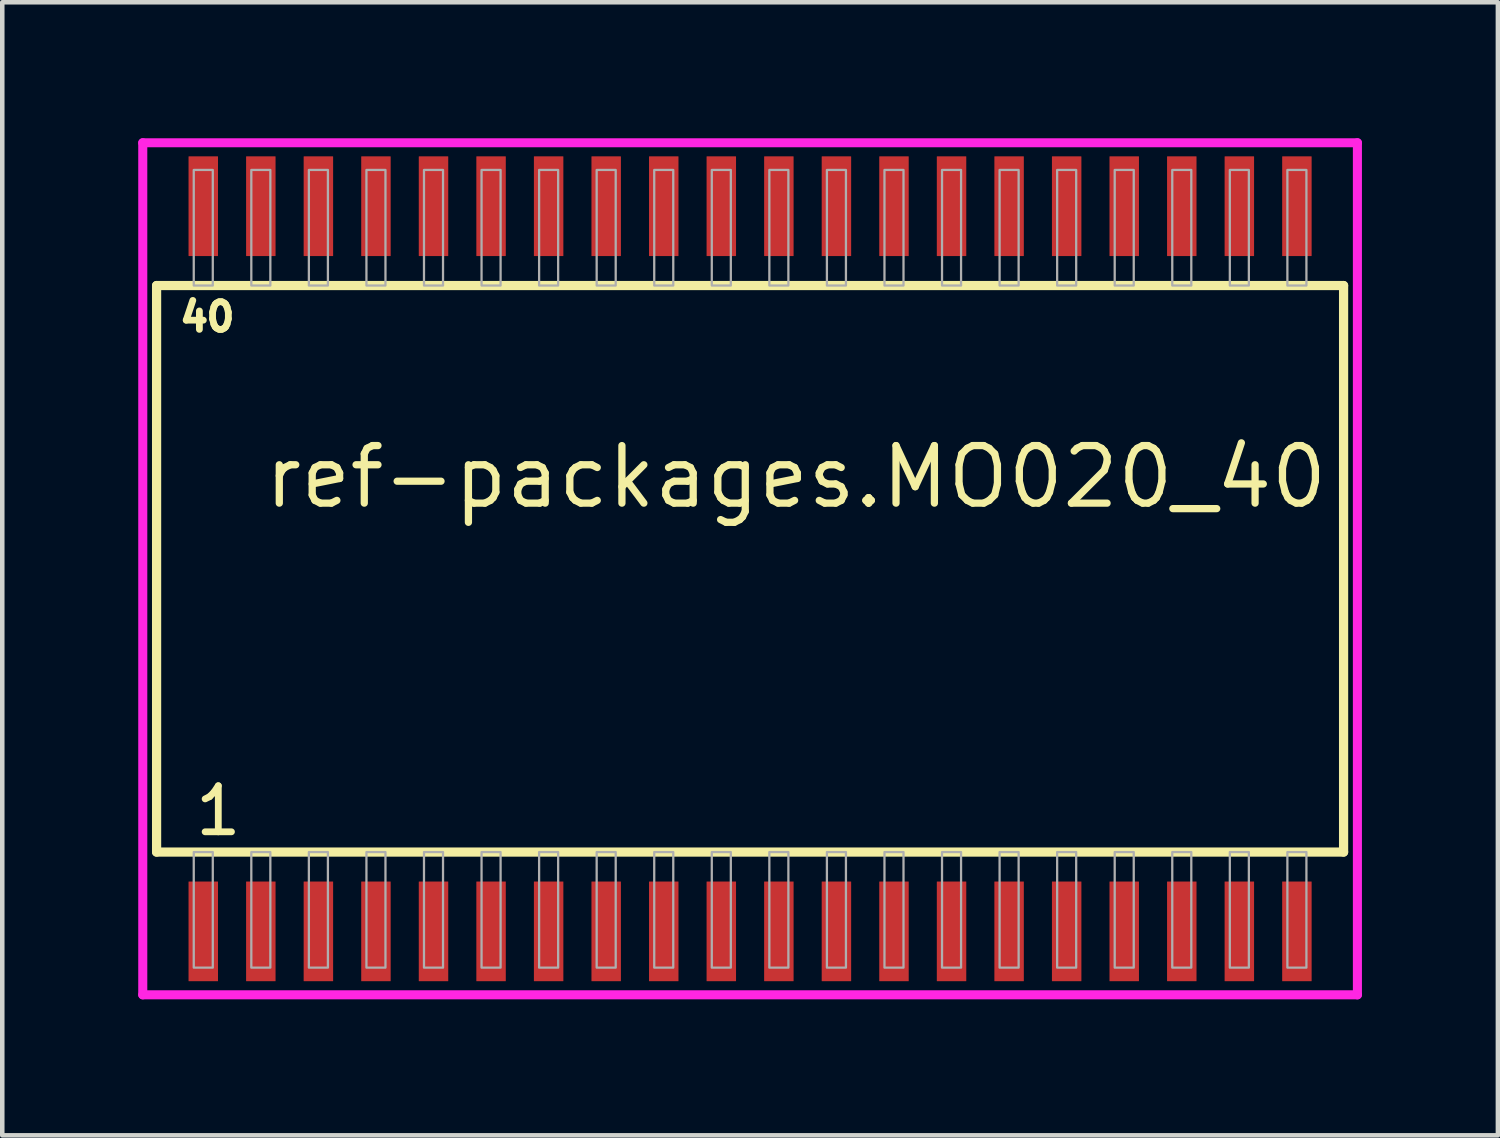
<source format=kicad_pcb>
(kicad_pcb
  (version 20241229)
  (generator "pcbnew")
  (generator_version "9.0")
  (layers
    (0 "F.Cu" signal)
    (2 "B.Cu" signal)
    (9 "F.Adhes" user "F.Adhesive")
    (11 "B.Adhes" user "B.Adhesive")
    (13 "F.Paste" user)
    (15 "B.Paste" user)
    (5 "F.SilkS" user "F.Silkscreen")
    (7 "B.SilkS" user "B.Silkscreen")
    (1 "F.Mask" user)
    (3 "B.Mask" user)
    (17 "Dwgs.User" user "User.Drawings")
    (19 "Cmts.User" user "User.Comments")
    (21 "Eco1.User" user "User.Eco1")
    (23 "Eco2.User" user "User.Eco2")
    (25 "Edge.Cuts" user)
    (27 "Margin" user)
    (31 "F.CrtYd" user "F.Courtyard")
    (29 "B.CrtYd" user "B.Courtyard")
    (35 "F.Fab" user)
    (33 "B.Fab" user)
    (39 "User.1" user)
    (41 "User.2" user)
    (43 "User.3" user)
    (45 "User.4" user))
  (footprint "ref-packages.MO020_40"
    (layer "F.Cu")
    (at 13.5 9.5)
    (property "Reference" "ref-packages.MO020_40" (at -10.795 -1.285 0) (layer "F.SilkS") (effects (font (size 1.27 1.27) (thickness 0.16)) (justify left bottom)))
    (attr smd)
    (fp_line (start -13.095 -6.25) (end 13.095 -6.25) (stroke (width 0.203) (type default)) (layer "F.SilkS"))
    (fp_line (start -13.095 6.25) (end -13.095 -6.25) (stroke (width 0.203) (type default)) (layer "F.SilkS"))
    (fp_line (start 13.095 -6.25) (end 13.095 6.25) (stroke (width 0.203) (type default)) (layer "F.SilkS"))
    (fp_line (start 13.095 6.25) (end -13.095 6.25) (stroke (width 0.203) (type default)) (layer "F.SilkS"))
    (fp_line (start -13.4 -9.4) (end 13.4 -9.4) (stroke (width 0.2) (type default)) (layer "F.CrtYd"))
    (fp_line (start -13.4 9.4) (end -13.4 -9.4) (stroke (width 0.2) (type default)) (layer "F.CrtYd"))
    (fp_line (start 13.4 -9.4) (end 13.4 9.4) (stroke (width 0.2) (type default)) (layer "F.CrtYd"))
    (fp_line (start 13.4 9.4) (end -13.4 9.4) (stroke (width 0.2) (type default)) (layer "F.CrtYd"))
    (fp_rect (start -12.275 -6.25) (end -11.855 -8.8) (stroke (width 0.05) (type default)) (fill no) (layer "F.Fab"))
    (fp_rect (start -12.275 8.8) (end -11.855 6.25) (stroke (width 0.05) (type default)) (fill no) (layer "F.Fab"))
    (fp_rect (start -11.005 -6.25) (end -10.585 -8.8) (stroke (width 0.05) (type default)) (fill no) (layer "F.Fab"))
    (fp_rect (start -11.005 8.8) (end -10.585 6.25) (stroke (width 0.05) (type default)) (fill no) (layer "F.Fab"))
    (fp_rect (start -9.735 -6.25) (end -9.315 -8.8) (stroke (width 0.05) (type default)) (fill no) (layer "F.Fab"))
    (fp_rect (start -9.735 8.8) (end -9.315 6.25) (stroke (width 0.05) (type default)) (fill no) (layer "F.Fab"))
    (fp_rect (start -8.465 -6.25) (end -8.045 -8.8) (stroke (width 0.05) (type default)) (fill no) (layer "F.Fab"))
    (fp_rect (start -8.465 8.8) (end -8.045 6.25) (stroke (width 0.05) (type default)) (fill no) (layer "F.Fab"))
    (fp_rect (start -7.195 -6.25) (end -6.775 -8.8) (stroke (width 0.05) (type default)) (fill no) (layer "F.Fab"))
    (fp_rect (start -7.195 8.8) (end -6.775 6.25) (stroke (width 0.05) (type default)) (fill no) (layer "F.Fab"))
    (fp_rect (start -5.925 -6.25) (end -5.505 -8.8) (stroke (width 0.05) (type default)) (fill no) (layer "F.Fab"))
    (fp_rect (start -5.925 8.8) (end -5.505 6.25) (stroke (width 0.05) (type default)) (fill no) (layer "F.Fab"))
    (fp_rect (start -4.655 -6.25) (end -4.235 -8.8) (stroke (width 0.05) (type default)) (fill no) (layer "F.Fab"))
    (fp_rect (start -4.655 8.8) (end -4.235 6.25) (stroke (width 0.05) (type default)) (fill no) (layer "F.Fab"))
    (fp_rect (start -3.385 -6.25) (end -2.965 -8.8) (stroke (width 0.05) (type default)) (fill no) (layer "F.Fab"))
    (fp_rect (start -3.385 8.8) (end -2.965 6.25) (stroke (width 0.05) (type default)) (fill no) (layer "F.Fab"))
    (fp_rect (start -2.115 -6.25) (end -1.695 -8.8) (stroke (width 0.05) (type default)) (fill no) (layer "F.Fab"))
    (fp_rect (start -2.115 8.8) (end -1.695 6.25) (stroke (width 0.05) (type default)) (fill no) (layer "F.Fab"))
    (fp_rect (start -0.845 -6.25) (end -0.425 -8.8) (stroke (width 0.05) (type default)) (fill no) (layer "F.Fab"))
    (fp_rect (start -0.845 8.8) (end -0.425 6.25) (stroke (width 0.05) (type default)) (fill no) (layer "F.Fab"))
    (fp_rect (start 0.425 -6.25) (end 0.845 -8.8) (stroke (width 0.05) (type default)) (fill no) (layer "F.Fab"))
    (fp_rect (start 0.425 8.8) (end 0.845 6.25) (stroke (width 0.05) (type default)) (fill no) (layer "F.Fab"))
    (fp_rect (start 1.695 -6.25) (end 2.115 -8.8) (stroke (width 0.05) (type default)) (fill no) (layer "F.Fab"))
    (fp_rect (start 1.695 8.8) (end 2.115 6.25) (stroke (width 0.05) (type default)) (fill no) (layer "F.Fab"))
    (fp_rect (start 2.965 -6.25) (end 3.385 -8.8) (stroke (width 0.05) (type default)) (fill no) (layer "F.Fab"))
    (fp_rect (start 2.965 8.8) (end 3.385 6.25) (stroke (width 0.05) (type default)) (fill no) (layer "F.Fab"))
    (fp_rect (start 4.235 -6.25) (end 4.655 -8.8) (stroke (width 0.05) (type default)) (fill no) (layer "F.Fab"))
    (fp_rect (start 4.235 8.8) (end 4.655 6.25) (stroke (width 0.05) (type default)) (fill no) (layer "F.Fab"))
    (fp_rect (start 5.505 -6.25) (end 5.925 -8.8) (stroke (width 0.05) (type default)) (fill no) (layer "F.Fab"))
    (fp_rect (start 5.505 8.8) (end 5.925 6.25) (stroke (width 0.05) (type default)) (fill no) (layer "F.Fab"))
    (fp_rect (start 6.775 -6.25) (end 7.195 -8.8) (stroke (width 0.05) (type default)) (fill no) (layer "F.Fab"))
    (fp_rect (start 6.775 8.8) (end 7.195 6.25) (stroke (width 0.05) (type default)) (fill no) (layer "F.Fab"))
    (fp_rect (start 8.045 -6.25) (end 8.465 -8.8) (stroke (width 0.05) (type default)) (fill no) (layer "F.Fab"))
    (fp_rect (start 8.045 8.8) (end 8.465 6.25) (stroke (width 0.05) (type default)) (fill no) (layer "F.Fab"))
    (fp_rect (start 9.315 -6.25) (end 9.735 -8.8) (stroke (width 0.05) (type default)) (fill no) (layer "F.Fab"))
    (fp_rect (start 9.315 8.8) (end 9.735 6.25) (stroke (width 0.05) (type default)) (fill no) (layer "F.Fab"))
    (fp_rect (start 10.585 -6.25) (end 11.005 -8.8) (stroke (width 0.05) (type default)) (fill no) (layer "F.Fab"))
    (fp_rect (start 10.585 8.8) (end 11.005 6.25) (stroke (width 0.05) (type default)) (fill no) (layer "F.Fab"))
    (fp_rect (start 11.855 -6.25) (end 12.275 -8.8) (stroke (width 0.05) (type default)) (fill no) (layer "F.Fab"))
    (fp_rect (start 11.855 8.8) (end 12.275 6.25) (stroke (width 0.05) (type default)) (fill no) (layer "F.Fab"))
    (fp_text user "40" (at -12.656 -5.2 0) (layer "F.SilkS") (effects (font (size 0.61 0.61) (thickness 0.15)) (justify left bottom)))
    (fp_text user "1" (at -12.316 5.935 0) (layer "F.SilkS") (effects (font (size 1.016 1.016) (thickness 0.15)) (justify left bottom)))
    (pad "1" smd roundrect (at -12.065 8) (size 0.65 2.2) (layers "F.Cu" "F.Mask" "F.Paste") (roundrect_rratio 0.01))
    (pad "2" smd roundrect (at -10.795 8) (size 0.65 2.2) (layers "F.Cu" "F.Mask" "F.Paste") (roundrect_rratio 0.01))
    (pad "3" smd roundrect (at -9.525 8) (size 0.65 2.2) (layers "F.Cu" "F.Mask" "F.Paste") (roundrect_rratio 0.01))
    (pad "4" smd roundrect (at -8.255 8) (size 0.65 2.2) (layers "F.Cu" "F.Mask" "F.Paste") (roundrect_rratio 0.01))
    (pad "5" smd roundrect (at -6.985 8) (size 0.65 2.2) (layers "F.Cu" "F.Mask" "F.Paste") (roundrect_rratio 0.01))
    (pad "6" smd roundrect (at -5.715 8) (size 0.65 2.2) (layers "F.Cu" "F.Mask" "F.Paste") (roundrect_rratio 0.01))
    (pad "7" smd roundrect (at -4.445 8) (size 0.65 2.2) (layers "F.Cu" "F.Mask" "F.Paste") (roundrect_rratio 0.01))
    (pad "8" smd roundrect (at -3.175 8) (size 0.65 2.2) (layers "F.Cu" "F.Mask" "F.Paste") (roundrect_rratio 0.01))
    (pad "9" smd roundrect (at -1.905 8) (size 0.65 2.2) (layers "F.Cu" "F.Mask" "F.Paste") (roundrect_rratio 0.01))
    (pad "10" smd roundrect (at -0.635 8) (size 0.65 2.2) (layers "F.Cu" "F.Mask" "F.Paste") (roundrect_rratio 0.01))
    (pad "11" smd roundrect (at 0.635 8) (size 0.65 2.2) (layers "F.Cu" "F.Mask" "F.Paste") (roundrect_rratio 0.01))
    (pad "12" smd roundrect (at 1.905 8) (size 0.65 2.2) (layers "F.Cu" "F.Mask" "F.Paste") (roundrect_rratio 0.01))
    (pad "13" smd roundrect (at 3.175 8) (size 0.65 2.2) (layers "F.Cu" "F.Mask" "F.Paste") (roundrect_rratio 0.01))
    (pad "14" smd roundrect (at 4.445 8) (size 0.65 2.2) (layers "F.Cu" "F.Mask" "F.Paste") (roundrect_rratio 0.01))
    (pad "15" smd roundrect (at 5.715 8) (size 0.65 2.2) (layers "F.Cu" "F.Mask" "F.Paste") (roundrect_rratio 0.01))
    (pad "16" smd roundrect (at 6.985 8) (size 0.65 2.2) (layers "F.Cu" "F.Mask" "F.Paste") (roundrect_rratio 0.01))
    (pad "17" smd roundrect (at 8.255 8) (size 0.65 2.2) (layers "F.Cu" "F.Mask" "F.Paste") (roundrect_rratio 0.01))
    (pad "18" smd roundrect (at 9.525 8) (size 0.65 2.2) (layers "F.Cu" "F.Mask" "F.Paste") (roundrect_rratio 0.01))
    (pad "19" smd roundrect (at 10.795 8) (size 0.65 2.2) (layers "F.Cu" "F.Mask" "F.Paste") (roundrect_rratio 0.01))
    (pad "20" smd roundrect (at 12.065 8) (size 0.65 2.2) (layers "F.Cu" "F.Mask" "F.Paste") (roundrect_rratio 0.01))
    (pad "21" smd roundrect (at 12.065 -8) (size 0.65 2.2) (layers "F.Cu" "F.Mask" "F.Paste") (roundrect_rratio 0.01))
    (pad "22" smd roundrect (at 10.795 -8) (size 0.65 2.2) (layers "F.Cu" "F.Mask" "F.Paste") (roundrect_rratio 0.01))
    (pad "23" smd roundrect (at 9.525 -8) (size 0.65 2.2) (layers "F.Cu" "F.Mask" "F.Paste") (roundrect_rratio 0.01))
    (pad "24" smd roundrect (at 8.255 -8) (size 0.65 2.2) (layers "F.Cu" "F.Mask" "F.Paste") (roundrect_rratio 0.01))
    (pad "25" smd roundrect (at 6.985 -8) (size 0.65 2.2) (layers "F.Cu" "F.Mask" "F.Paste") (roundrect_rratio 0.01))
    (pad "26" smd roundrect (at 5.715 -8) (size 0.65 2.2) (layers "F.Cu" "F.Mask" "F.Paste") (roundrect_rratio 0.01))
    (pad "27" smd roundrect (at 4.445 -8) (size 0.65 2.2) (layers "F.Cu" "F.Mask" "F.Paste") (roundrect_rratio 0.01))
    (pad "28" smd roundrect (at 3.175 -8) (size 0.65 2.2) (layers "F.Cu" "F.Mask" "F.Paste") (roundrect_rratio 0.01))
    (pad "29" smd roundrect (at 1.905 -8) (size 0.65 2.2) (layers "F.Cu" "F.Mask" "F.Paste") (roundrect_rratio 0.01))
    (pad "30" smd roundrect (at 0.635 -8) (size 0.65 2.2) (layers "F.Cu" "F.Mask" "F.Paste") (roundrect_rratio 0.01))
    (pad "31" smd roundrect (at -0.635 -8) (size 0.65 2.2) (layers "F.Cu" "F.Mask" "F.Paste") (roundrect_rratio 0.01))
    (pad "32" smd roundrect (at -1.905 -8) (size 0.65 2.2) (layers "F.Cu" "F.Mask" "F.Paste") (roundrect_rratio 0.01))
    (pad "33" smd roundrect (at -3.175 -8) (size 0.65 2.2) (layers "F.Cu" "F.Mask" "F.Paste") (roundrect_rratio 0.01))
    (pad "34" smd roundrect (at -4.445 -8) (size 0.65 2.2) (layers "F.Cu" "F.Mask" "F.Paste") (roundrect_rratio 0.01))
    (pad "35" smd roundrect (at -5.715 -8) (size 0.65 2.2) (layers "F.Cu" "F.Mask" "F.Paste") (roundrect_rratio 0.01))
    (pad "36" smd roundrect (at -6.985 -8) (size 0.65 2.2) (layers "F.Cu" "F.Mask" "F.Paste") (roundrect_rratio 0.01))
    (pad "37" smd roundrect (at -8.255 -8) (size 0.65 2.2) (layers "F.Cu" "F.Mask" "F.Paste") (roundrect_rratio 0.01))
    (pad "38" smd roundrect (at -9.525 -8) (size 0.65 2.2) (layers "F.Cu" "F.Mask" "F.Paste") (roundrect_rratio 0.01))
    (pad "39" smd roundrect (at -10.795 -8) (size 0.65 2.2) (layers "F.Cu" "F.Mask" "F.Paste") (roundrect_rratio 0.01))
    (pad "40" smd roundrect (at -12.065 -8) (size 0.65 2.2) (layers "F.Cu" "F.Mask" "F.Paste") (roundrect_rratio 0.01)))
  (gr_rect
    (start -3 -3)
    (end 30 22)
    (stroke (width 0.1) (type default))
    (fill no)
    (layer "Edge.Cuts")))
</source>
